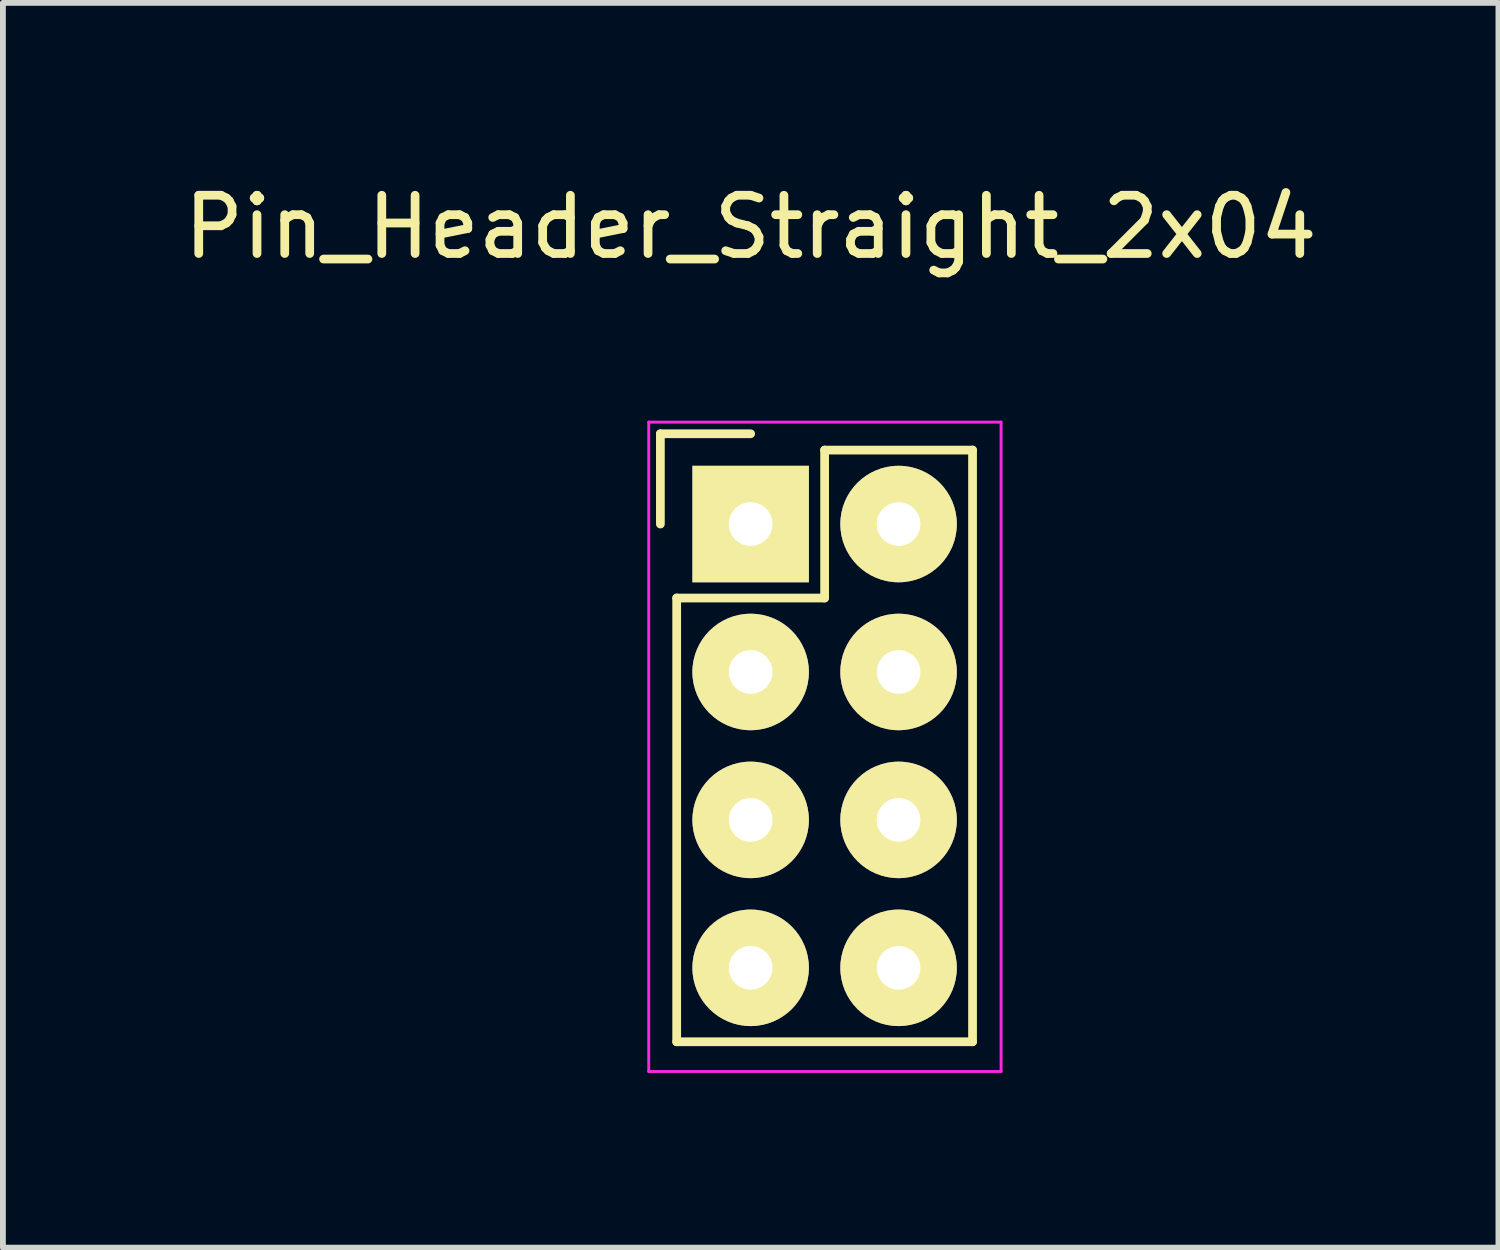
<source format=kicad_pcb>
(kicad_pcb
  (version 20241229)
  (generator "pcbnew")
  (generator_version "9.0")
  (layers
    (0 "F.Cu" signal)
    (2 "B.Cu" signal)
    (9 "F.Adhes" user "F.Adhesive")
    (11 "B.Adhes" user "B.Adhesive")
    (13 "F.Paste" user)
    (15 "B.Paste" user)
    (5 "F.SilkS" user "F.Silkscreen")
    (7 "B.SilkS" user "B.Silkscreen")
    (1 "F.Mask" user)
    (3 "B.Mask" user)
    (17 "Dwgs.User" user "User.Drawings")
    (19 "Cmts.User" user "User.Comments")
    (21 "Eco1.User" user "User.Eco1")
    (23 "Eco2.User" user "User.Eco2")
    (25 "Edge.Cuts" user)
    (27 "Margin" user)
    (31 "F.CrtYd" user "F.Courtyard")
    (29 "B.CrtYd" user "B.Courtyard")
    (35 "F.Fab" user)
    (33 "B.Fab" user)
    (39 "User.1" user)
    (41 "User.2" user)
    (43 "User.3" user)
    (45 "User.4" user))
  (footprint "Pin_Header_Straight_2x04"
    (layer "F.Cu")
    (at 9.839 5.948)
    (property "Reference" "Pin_Header_Straight_2x04" (at 0 -5.1 0) (layer "F.SilkS") (effects (font (size 1 1) (thickness 0.15))))
    (attr through_hole)
    (fp_line (start -1.55 -1.55) (end -1.55 0) (stroke (width 0.15) (type solid)) (layer "F.SilkS"))
    (fp_line (start -1.27 1.27) (end -1.27 8.89) (stroke (width 0.15) (type solid)) (layer "F.SilkS"))
    (fp_line (start -1.27 8.89) (end 3.81 8.89) (stroke (width 0.15) (type solid)) (layer "F.SilkS"))
    (fp_line (start 0 -1.55) (end -1.55 -1.55) (stroke (width 0.15) (type solid)) (layer "F.SilkS"))
    (fp_line (start 1.27 -1.27) (end 1.27 1.27) (stroke (width 0.15) (type solid)) (layer "F.SilkS"))
    (fp_line (start 1.27 1.27) (end -1.27 1.27) (stroke (width 0.15) (type solid)) (layer "F.SilkS"))
    (fp_line (start 3.81 -1.27) (end 1.27 -1.27) (stroke (width 0.15) (type solid)) (layer "F.SilkS"))
    (fp_line (start 3.81 8.89) (end 3.81 -1.27) (stroke (width 0.15) (type solid)) (layer "F.SilkS"))
    (fp_line (start -1.75 -1.75) (end -1.75 9.4) (stroke (width 0.05) (type solid)) (layer "F.CrtYd"))
    (fp_line (start -1.75 -1.75) (end 4.3 -1.75) (stroke (width 0.05) (type solid)) (layer "F.CrtYd"))
    (fp_line (start -1.75 9.4) (end 4.3 9.4) (stroke (width 0.05) (type solid)) (layer "F.CrtYd"))
    (fp_line (start 4.3 -1.75) (end 4.3 9.4) (stroke (width 0.05) (type solid)) (layer "F.CrtYd"))
    (pad "1" thru_hole rect (at 0 0) (size 2 2) (drill 0.75) (layers "*.Cu" "*.Mask" "F.SilkS"))
    (pad "2" thru_hole circle (at 2.54 0) (size 2 2) (drill 0.75) (layers "*.Cu" "*.Mask" "F.SilkS"))
    (pad "3" thru_hole circle (at 0 2.54) (size 2 2) (drill 0.75) (layers "*.Cu" "*.Mask" "F.SilkS"))
    (pad "4" thru_hole circle (at 2.54 2.54) (size 2 2) (drill 0.75) (layers "*.Cu" "*.Mask" "F.SilkS"))
    (pad "5" thru_hole circle (at 0 5.08) (size 2 2) (drill 0.75) (layers "*.Cu" "*.Mask" "F.SilkS"))
    (pad "6" thru_hole circle (at 2.54 5.08) (size 2 2) (drill 0.75) (layers "*.Cu" "*.Mask" "F.SilkS"))
    (pad "7" thru_hole circle (at 0 7.62) (size 2 2) (drill 0.75) (layers "*.Cu" "*.Mask" "F.SilkS"))
    (pad "8" thru_hole circle (at 2.54 7.62) (size 2 2) (drill 0.75) (layers "*.Cu" "*.Mask" "F.SilkS")))
  (gr_rect
    (start -3 -3)
    (end 22.679 18.373)
    (stroke (width 0.1) (type default))
    (fill no)
    (layer "Edge.Cuts")))
</source>
